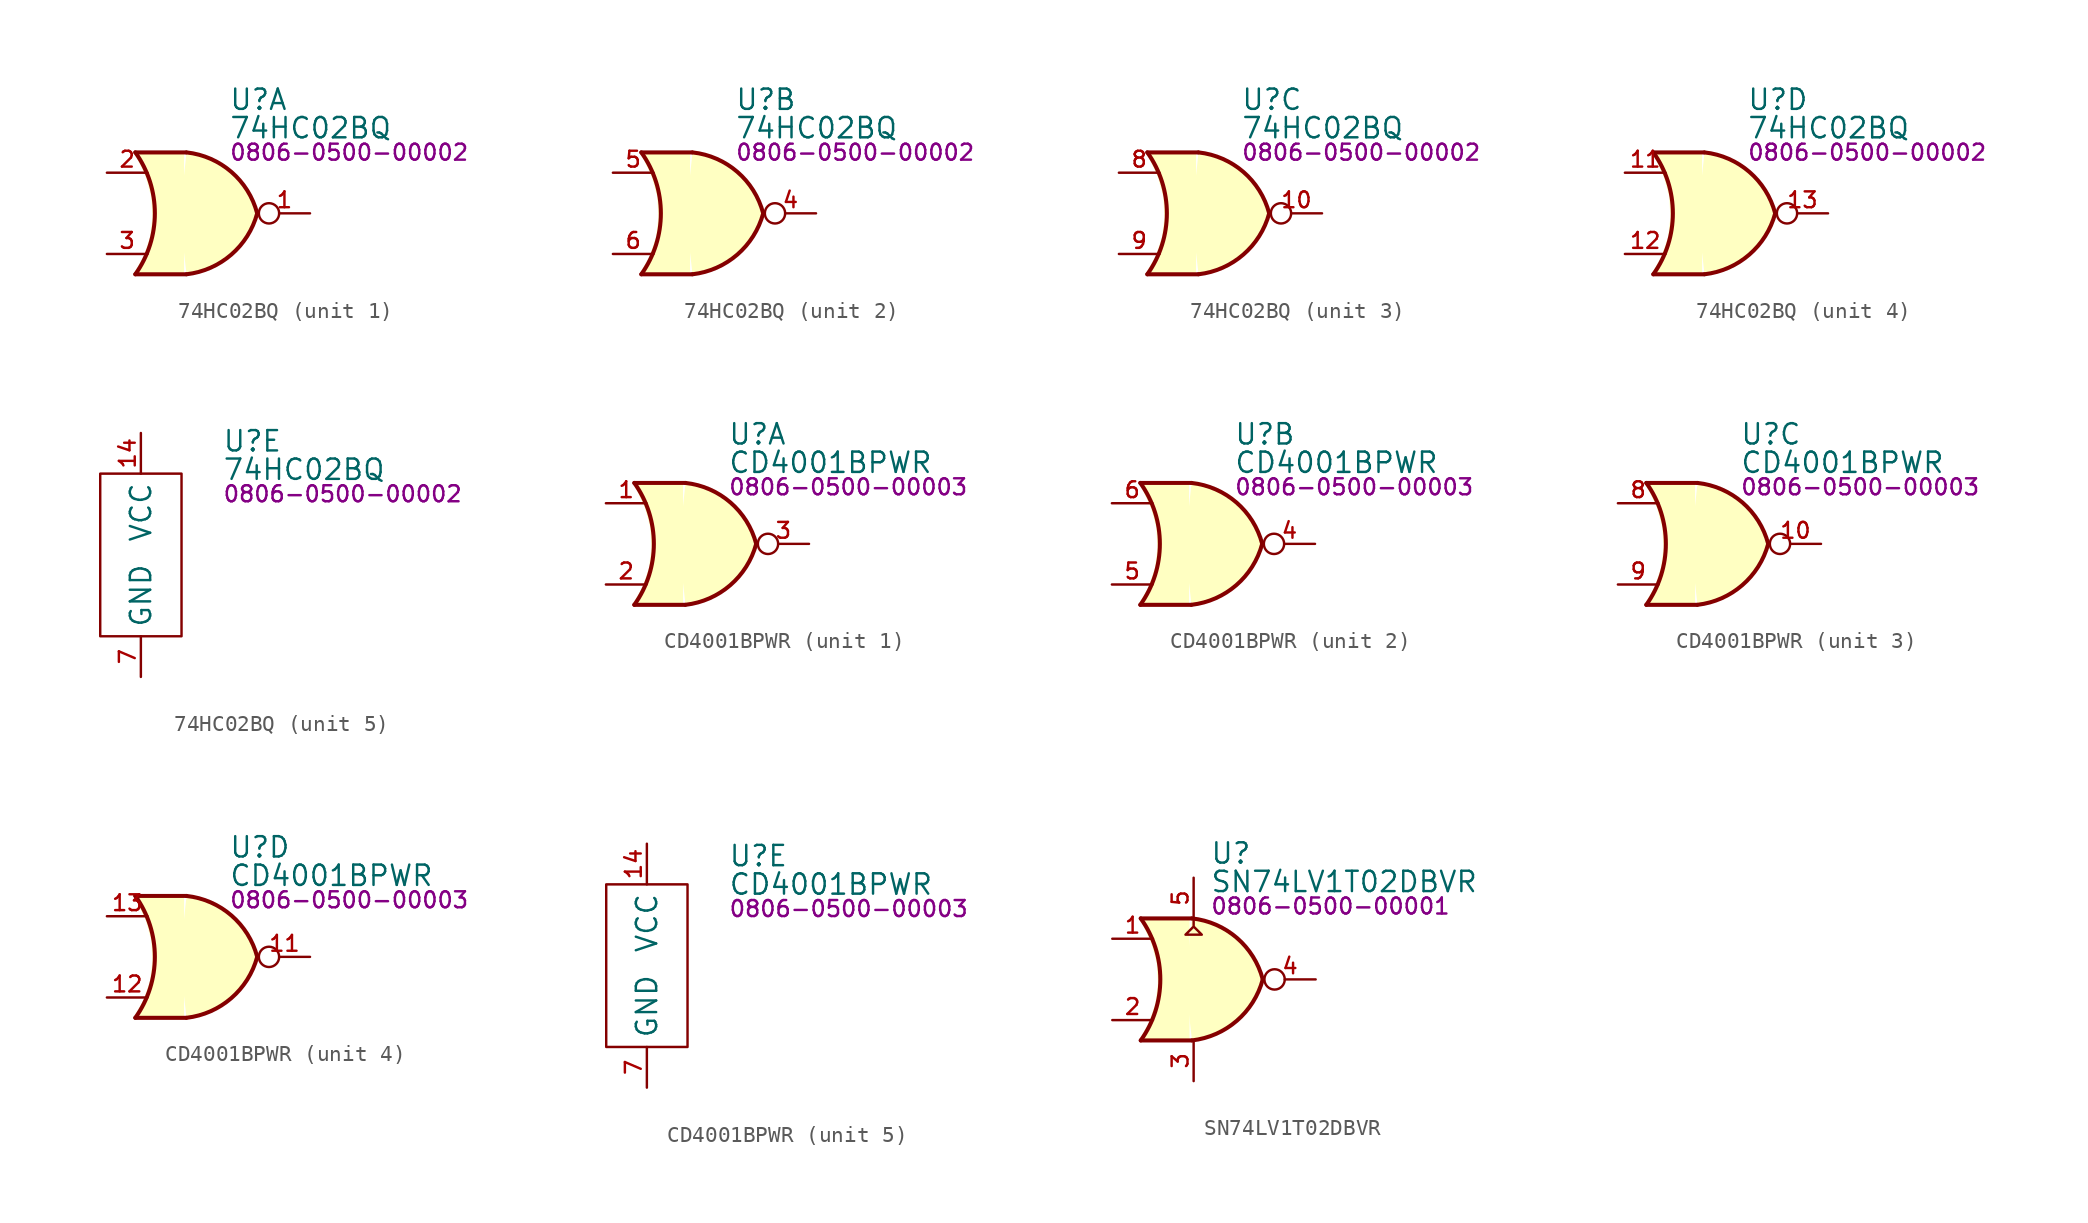
<source format=kicad_sym>
(kicad_symbol_lib
  (version 20231120)
  (generator "kicad_symbol_editor")
  (generator_version "8.0")
  (symbol "74HC02BQ"
    (property "Reference" "U"
      (at 5.08 7.112 0)
      (effects (font (size 1.27 1.27)) (justify left)))
    (property "Value" "74HC02BQ"
      (at 5.08 5.334 0)
      (effects (font (size 1.27 1.27)) (justify left)))
    (property "PartNumber" "0806-0500-00002"
      (at 5.08 3.81 0)
      (effects (font (size 1 1)) (justify left)))
    (property "ki_locked" ""
      (at 0 0 0)
      (effects (font (size 1.27 1.27))))
    (symbol "74HC02BQ_1_0"
      (pin output inverted (at 10.16 0 180) (length 3.2) (name "1Y" (effects (font (size 0 0)))) (number "1" (effects (font (size 0.991 0.991)))))
      (pin input line (at -2.54 2.54 0) (length 2.54) (name "1A" (effects (font (size 0 0)))) (number "2" (effects (font (size 0.991 0.991)))))
      (pin input line (at -2.54 -2.54 0) (length 2.54) (name "1B" (effects (font (size 0 0)))) (number "3" (effects (font (size 0.991 0.991))))))
    (symbol "74HC02BQ_1_1"
      (arc (start -0.7622 -3.81) (mid 0.4588 0) (end -0.7622 3.81) (stroke (width 0.254) (type default)) (fill (type none)))
      (polyline (pts (xy -0.762 -3.81) (xy 2.413 -3.81)) (stroke (width 0.254) (type default)) (fill (type background)))
      (polyline (pts (xy -0.762 3.81) (xy 2.413 3.81)) (stroke (width 0.254) (type default)) (fill (type background)))
      (polyline (pts (xy 2.286 3.81) (xy -0.889 3.81) (xy -0.889 3.81) (xy -0.635 3.404) (xy -0.102 2.261) (xy 0.229 1.041) (xy 0.305 -0.254) (xy 0.152 -1.499) (xy -0.254 -2.718) (xy -0.889 -3.81) (xy -0.889 -3.81) (xy 2.286 -3.81)) (stroke (width -25.4) (type default)) (fill (type background)))
      (arc (start 2.4382 -3.81) (mid 5.2333 -2.584) (end 6.8578 0) (stroke (width 0.254) (type default)) (fill (type background)))
      (arc (start 6.8578 0) (mid 5.2406 2.5925) (end 2.4382 3.81) (stroke (width 0.254) (type default)) (fill (type background))))
    (symbol "74HC02BQ_2_0"
      (pin output inverted (at 10.16 0 180) (length 3.2) (name "2Y" (effects (font (size 0 0)))) (number "4" (effects (font (size 0.991 0.991)))))
      (pin input line (at -2.54 2.54 0) (length 2.54) (name "2A" (effects (font (size 0 0)))) (number "5" (effects (font (size 0.991 0.991)))))
      (pin input line (at -2.54 -2.54 0) (length 2.54) (name "2B" (effects (font (size 0 0)))) (number "6" (effects (font (size 0.991 0.991))))))
    (symbol "74HC02BQ_2_1"
      (arc (start -0.7622 -3.81) (mid 0.4588 0) (end -0.7622 3.81) (stroke (width 0.254) (type default)) (fill (type none)))
      (polyline (pts (xy -0.762 -3.81) (xy 2.413 -3.81)) (stroke (width 0.254) (type default)) (fill (type background)))
      (polyline (pts (xy -0.762 3.81) (xy 2.413 3.81)) (stroke (width 0.254) (type default)) (fill (type background)))
      (polyline (pts (xy 2.286 3.81) (xy -0.889 3.81) (xy -0.889 3.81) (xy -0.635 3.404) (xy -0.102 2.261) (xy 0.229 1.041) (xy 0.305 -0.254) (xy 0.152 -1.499) (xy -0.254 -2.718) (xy -0.889 -3.81) (xy -0.889 -3.81) (xy 2.286 -3.81)) (stroke (width -25.4) (type default)) (fill (type background)))
      (arc (start 2.4382 -3.81) (mid 5.2333 -2.584) (end 6.8578 0) (stroke (width 0.254) (type default)) (fill (type background)))
      (arc (start 6.8578 0) (mid 5.2406 2.5925) (end 2.4382 3.81) (stroke (width 0.254) (type default)) (fill (type background))))
    (symbol "74HC02BQ_3_0"
      (pin output inverted (at 10.16 0 180) (length 3.2) (name "3Y" (effects (font (size 0 0)))) (number "10" (effects (font (size 0.991 0.991)))))
      (pin input line (at -2.54 2.54 0) (length 2.54) (name "3A" (effects (font (size 0 0)))) (number "8" (effects (font (size 0.991 0.991)))))
      (pin input line (at -2.54 -2.54 0) (length 2.54) (name "3B" (effects (font (size 0 0)))) (number "9" (effects (font (size 0.991 0.991))))))
    (symbol "74HC02BQ_3_1"
      (arc (start -0.7622 -3.81) (mid 0.4588 0) (end -0.7622 3.81) (stroke (width 0.254) (type default)) (fill (type none)))
      (polyline (pts (xy -0.762 -3.81) (xy 2.413 -3.81)) (stroke (width 0.254) (type default)) (fill (type background)))
      (polyline (pts (xy -0.762 3.81) (xy 2.413 3.81)) (stroke (width 0.254) (type default)) (fill (type background)))
      (polyline (pts (xy 2.286 3.81) (xy -0.889 3.81) (xy -0.889 3.81) (xy -0.635 3.404) (xy -0.102 2.261) (xy 0.229 1.041) (xy 0.305 -0.254) (xy 0.152 -1.499) (xy -0.254 -2.718) (xy -0.889 -3.81) (xy -0.889 -3.81) (xy 2.286 -3.81)) (stroke (width -25.4) (type default)) (fill (type background)))
      (arc (start 2.4382 -3.81) (mid 5.2333 -2.584) (end 6.8578 0) (stroke (width 0.254) (type default)) (fill (type background)))
      (arc (start 6.8578 0) (mid 5.2406 2.5925) (end 2.4382 3.81) (stroke (width 0.254) (type default)) (fill (type background))))
    (symbol "74HC02BQ_4_0"
      (pin input line (at -2.54 2.54 0) (length 2.54) (name "4A" (effects (font (size 0 0)))) (number "11" (effects (font (size 0.991 0.991)))))
      (pin input line (at -2.54 -2.54 0) (length 2.54) (name "4B" (effects (font (size 0 0)))) (number "12" (effects (font (size 0.991 0.991)))))
      (pin output inverted (at 10.16 0 180) (length 3.2) (name "4Y" (effects (font (size 0 0)))) (number "13" (effects (font (size 0.991 0.991))))))
    (symbol "74HC02BQ_4_1"
      (arc (start -0.7622 -3.81) (mid 0.4588 0) (end -0.7622 3.81) (stroke (width 0.254) (type default)) (fill (type none)))
      (polyline (pts (xy -0.762 -3.81) (xy 2.413 -3.81)) (stroke (width 0.254) (type default)) (fill (type background)))
      (polyline (pts (xy -0.762 3.81) (xy 2.413 3.81)) (stroke (width 0.254) (type default)) (fill (type background)))
      (polyline (pts (xy 2.286 3.81) (xy -0.889 3.81) (xy -0.889 3.81) (xy -0.635 3.404) (xy -0.102 2.261) (xy 0.229 1.041) (xy 0.305 -0.254) (xy 0.152 -1.499) (xy -0.254 -2.718) (xy -0.889 -3.81) (xy -0.889 -3.81) (xy 2.286 -3.81)) (stroke (width -25.4) (type default)) (fill (type background)))
      (arc (start 2.4382 -3.81) (mid 5.2333 -2.584) (end 6.8578 0) (stroke (width 0.254) (type default)) (fill (type background)))
      (arc (start 6.8578 0) (mid 5.2406 2.5925) (end 2.4382 3.81) (stroke (width 0.254) (type default)) (fill (type background))))
    (symbol "74HC02BQ_5_0"
      (pin power_in line (at 0 7.62 270) (length 2.54) (name "VCC" (effects (font (size 1.27 1.27)))) (number "14" (effects (font (size 0.991 0.991)))))
      (pin power_in line (at 0 -7.62 90) (length 2.54) hide (name "GND" (effects (font (size 1.27 1.27)))) (number "15" (effects (font (size 0.991 0.991)))))
      (pin power_in line (at 0 -7.62 90) (length 2.54) (name "GND" (effects (font (size 1.27 1.27)))) (number "7" (effects (font (size 0.991 0.991))))))
    (symbol "74HC02BQ_5_1"
      (rectangle (start -2.54 5.08) (end 2.54 -5.08) (stroke (width 0) (type default)) (fill (type none)))))
  (symbol "CD4001BPWR"
    (property "Reference" "U"
      (at 5.08 6.858 0)
      (effects (font (size 1.27 1.27)) (justify left)))
    (property "Value" "CD4001BPWR"
      (at 5.08 5.08 0)
      (effects (font (size 1.27 1.27)) (justify left)))
    (property "PartNumber" "0806-0500-00003"
      (at 5.08 3.556 0)
      (effects (font (size 1 1)) (justify left)))
    (property "ki_locked" ""
      (at 0 0 0)
      (effects (font (size 1.27 1.27))))
    (symbol "CD4001BPWR_1_0"
      (pin input line (at -2.54 2.54 0) (length 2.54) (name "1A" (effects (font (size 0 0)))) (number "1" (effects (font (size 0.991 0.991)))))
      (pin input line (at -2.54 -2.54 0) (length 2.54) (name "1B" (effects (font (size 0 0)))) (number "2" (effects (font (size 0.991 0.991)))))
      (pin output inverted (at 10.16 0 180) (length 3.2) (name "1Y" (effects (font (size 0 0)))) (number "3" (effects (font (size 0.991 0.991))))))
    (symbol "CD4001BPWR_1_1"
      (arc (start -0.7622 -3.81) (mid 0.4588 0) (end -0.7622 3.81) (stroke (width 0.254) (type default)) (fill (type none)))
      (polyline (pts (xy -0.762 -3.81) (xy 2.413 -3.81)) (stroke (width 0.254) (type default)) (fill (type background)))
      (polyline (pts (xy -0.762 3.81) (xy 2.413 3.81)) (stroke (width 0.254) (type default)) (fill (type background)))
      (polyline (pts (xy 2.286 3.81) (xy -0.889 3.81) (xy -0.889 3.81) (xy -0.635 3.404) (xy -0.102 2.261) (xy 0.229 1.041) (xy 0.305 -0.254) (xy 0.152 -1.499) (xy -0.254 -2.718) (xy -0.889 -3.81) (xy -0.889 -3.81) (xy 2.286 -3.81)) (stroke (width -25.4) (type default)) (fill (type background)))
      (arc (start 2.4382 -3.81) (mid 5.2333 -2.584) (end 6.8578 0) (stroke (width 0.254) (type default)) (fill (type background)))
      (arc (start 6.8578 0) (mid 5.2406 2.5925) (end 2.4382 3.81) (stroke (width 0.254) (type default)) (fill (type background))))
    (symbol "CD4001BPWR_2_0"
      (pin output inverted (at 10.16 0 180) (length 3.2) (name "2Y" (effects (font (size 0 0)))) (number "4" (effects (font (size 0.991 0.991)))))
      (pin input line (at -2.54 -2.54 0) (length 2.54) (name "2B" (effects (font (size 0 0)))) (number "5" (effects (font (size 0.991 0.991)))))
      (pin input line (at -2.54 2.54 0) (length 2.54) (name "2A" (effects (font (size 0 0)))) (number "6" (effects (font (size 0.991 0.991))))))
    (symbol "CD4001BPWR_2_1"
      (arc (start -0.7622 -3.81) (mid 0.4588 0) (end -0.7622 3.81) (stroke (width 0.254) (type default)) (fill (type none)))
      (polyline (pts (xy -0.762 -3.81) (xy 2.413 -3.81)) (stroke (width 0.254) (type default)) (fill (type background)))
      (polyline (pts (xy -0.762 3.81) (xy 2.413 3.81)) (stroke (width 0.254) (type default)) (fill (type background)))
      (polyline (pts (xy 2.286 3.81) (xy -0.889 3.81) (xy -0.889 3.81) (xy -0.635 3.404) (xy -0.102 2.261) (xy 0.229 1.041) (xy 0.305 -0.254) (xy 0.152 -1.499) (xy -0.254 -2.718) (xy -0.889 -3.81) (xy -0.889 -3.81) (xy 2.286 -3.81)) (stroke (width -25.4) (type default)) (fill (type background)))
      (arc (start 2.4382 -3.81) (mid 5.2333 -2.584) (end 6.8578 0) (stroke (width 0.254) (type default)) (fill (type background)))
      (arc (start 6.8578 0) (mid 5.2406 2.5925) (end 2.4382 3.81) (stroke (width 0.254) (type default)) (fill (type background))))
    (symbol "CD4001BPWR_3_0"
      (pin output inverted (at 10.16 0 180) (length 3.2) (name "3Y" (effects (font (size 0 0)))) (number "10" (effects (font (size 0.991 0.991)))))
      (pin input line (at -2.54 2.54 0) (length 2.54) (name "3A" (effects (font (size 0 0)))) (number "8" (effects (font (size 0.991 0.991)))))
      (pin input line (at -2.54 -2.54 0) (length 2.54) (name "3B" (effects (font (size 0 0)))) (number "9" (effects (font (size 0.991 0.991))))))
    (symbol "CD4001BPWR_3_1"
      (arc (start -0.7622 -3.81) (mid 0.4588 0) (end -0.7622 3.81) (stroke (width 0.254) (type default)) (fill (type none)))
      (polyline (pts (xy -0.762 -3.81) (xy 2.413 -3.81)) (stroke (width 0.254) (type default)) (fill (type background)))
      (polyline (pts (xy -0.762 3.81) (xy 2.413 3.81)) (stroke (width 0.254) (type default)) (fill (type background)))
      (polyline (pts (xy 2.286 3.81) (xy -0.889 3.81) (xy -0.889 3.81) (xy -0.635 3.404) (xy -0.102 2.261) (xy 0.229 1.041) (xy 0.305 -0.254) (xy 0.152 -1.499) (xy -0.254 -2.718) (xy -0.889 -3.81) (xy -0.889 -3.81) (xy 2.286 -3.81)) (stroke (width -25.4) (type default)) (fill (type background)))
      (arc (start 2.4382 -3.81) (mid 5.2333 -2.584) (end 6.8578 0) (stroke (width 0.254) (type default)) (fill (type background)))
      (arc (start 6.8578 0) (mid 5.2406 2.5925) (end 2.4382 3.81) (stroke (width 0.254) (type default)) (fill (type background))))
    (symbol "CD4001BPWR_4_0"
      (pin output inverted (at 10.16 0 180) (length 3.2) (name "4Y" (effects (font (size 0 0)))) (number "11" (effects (font (size 0.991 0.991)))))
      (pin input line (at -2.54 -2.54 0) (length 2.54) (name "4B" (effects (font (size 0 0)))) (number "12" (effects (font (size 0.991 0.991)))))
      (pin input line (at -2.54 2.54 0) (length 2.54) (name "4A" (effects (font (size 0 0)))) (number "13" (effects (font (size 0.991 0.991))))))
    (symbol "CD4001BPWR_4_1"
      (arc (start -0.7622 -3.81) (mid 0.4588 0) (end -0.7622 3.81) (stroke (width 0.254) (type default)) (fill (type none)))
      (polyline (pts (xy -0.762 -3.81) (xy 2.413 -3.81)) (stroke (width 0.254) (type default)) (fill (type background)))
      (polyline (pts (xy -0.762 3.81) (xy 2.413 3.81)) (stroke (width 0.254) (type default)) (fill (type background)))
      (polyline (pts (xy 2.286 3.81) (xy -0.889 3.81) (xy -0.889 3.81) (xy -0.635 3.404) (xy -0.102 2.261) (xy 0.229 1.041) (xy 0.305 -0.254) (xy 0.152 -1.499) (xy -0.254 -2.718) (xy -0.889 -3.81) (xy -0.889 -3.81) (xy 2.286 -3.81)) (stroke (width -25.4) (type default)) (fill (type background)))
      (arc (start 2.4382 -3.81) (mid 5.2333 -2.584) (end 6.8578 0) (stroke (width 0.254) (type default)) (fill (type background)))
      (arc (start 6.8578 0) (mid 5.2406 2.5925) (end 2.4382 3.81) (stroke (width 0.254) (type default)) (fill (type background))))
    (symbol "CD4001BPWR_5_0"
      (pin power_in line (at 0 7.62 270) (length 2.54) (name "VCC" (effects (font (size 1.27 1.27)))) (number "14" (effects (font (size 0.991 0.991)))))
      (pin power_in line (at 0 -7.62 90) (length 2.54) (name "GND" (effects (font (size 1.27 1.27)))) (number "7" (effects (font (size 0.991 0.991))))))
    (symbol "CD4001BPWR_5_1"
      (rectangle (start -2.54 5.08) (end 2.54 -5.08) (stroke (width 0) (type default)) (fill (type none)))))
  (symbol "SN74LV1T02DBVR"
    (pin_names hide)
    (property "Reference" "U"
      (at 3.556 7.874 0)
      (effects (font (size 1.27 1.27)) (justify left)))
    (property "Value" "SN74LV1T02DBVR"
      (at 3.556 6.096 0)
      (effects (font (size 1.27 1.27)) (justify left)))
    (property "PartNumber" "0806-0500-00001"
      (at 3.556 4.572 0)
      (effects (font (size 1 1)) (justify left)))
    (symbol "SN74LV1T02DBVR_0_0"
      (pin input line (at -2.54 2.54 0) (length 2.54) (name "A" (effects (font (size 1.27 1.27)))) (number "1" (effects (font (size 0.991 0.991)))))
      (pin input line (at -2.54 -2.54 0) (length 2.54) (name "B" (effects (font (size 1.27 1.27)))) (number "2" (effects (font (size 0.991 0.991)))))
      (pin power_in line (at 2.54 -6.35 90) (length 2.54) (name "GND" (effects (font (size 1.27 1.27)))) (number "3" (effects (font (size 0.991 0.991)))))
      (pin power_in line (at 2.54 6.35 270) (length 2.54) (name "VCC" (effects (font (size 1.27 1.27)))) (number "5" (effects (font (size 0.991 0.991))))))
    (symbol "SN74LV1T02DBVR_0_1"
      (polyline (pts (xy 2.54 3.81) (xy 2.54 3.302) (xy 3.048 2.794) (xy 2.032 2.794) (xy 2.54 3.302)) (stroke (width 0) (type default)) (fill (type none))))
    (symbol "SN74LV1T02DBVR_1_0"
      (pin output inverted (at 10.16 0 180) (length 3.2) (name "Y" (effects (font (size 1.27 1.27)))) (number "4" (effects (font (size 0.991 0.991))))))
    (symbol "SN74LV1T02DBVR_1_1"
      (arc (start -0.7622 -3.81) (mid 0.4588 0) (end -0.7622 3.81) (stroke (width 0.254) (type default)) (fill (type none)))
      (polyline (pts (xy -0.762 -3.81) (xy 2.413 -3.81)) (stroke (width 0.254) (type default)) (fill (type background)))
      (polyline (pts (xy -0.762 3.81) (xy 2.413 3.81)) (stroke (width 0.254) (type default)) (fill (type background)))
      (polyline (pts (xy 2.286 3.81) (xy -0.889 3.81) (xy -0.889 3.81) (xy -0.635 3.404) (xy -0.102 2.261) (xy 0.229 1.041) (xy 0.305 -0.254) (xy 0.152 -1.499) (xy -0.254 -2.718) (xy -0.889 -3.81) (xy -0.889 -3.81) (xy 2.286 -3.81)) (stroke (width -25.4) (type default)) (fill (type background)))
      (arc (start 2.4382 -3.81) (mid 5.2333 -2.584) (end 6.8578 0) (stroke (width 0.254) (type default)) (fill (type background)))
      (arc (start 6.8578 0) (mid 5.2406 2.5925) (end 2.4382 3.81) (stroke (width 0.254) (type default)) (fill (type background))))))
</source>
